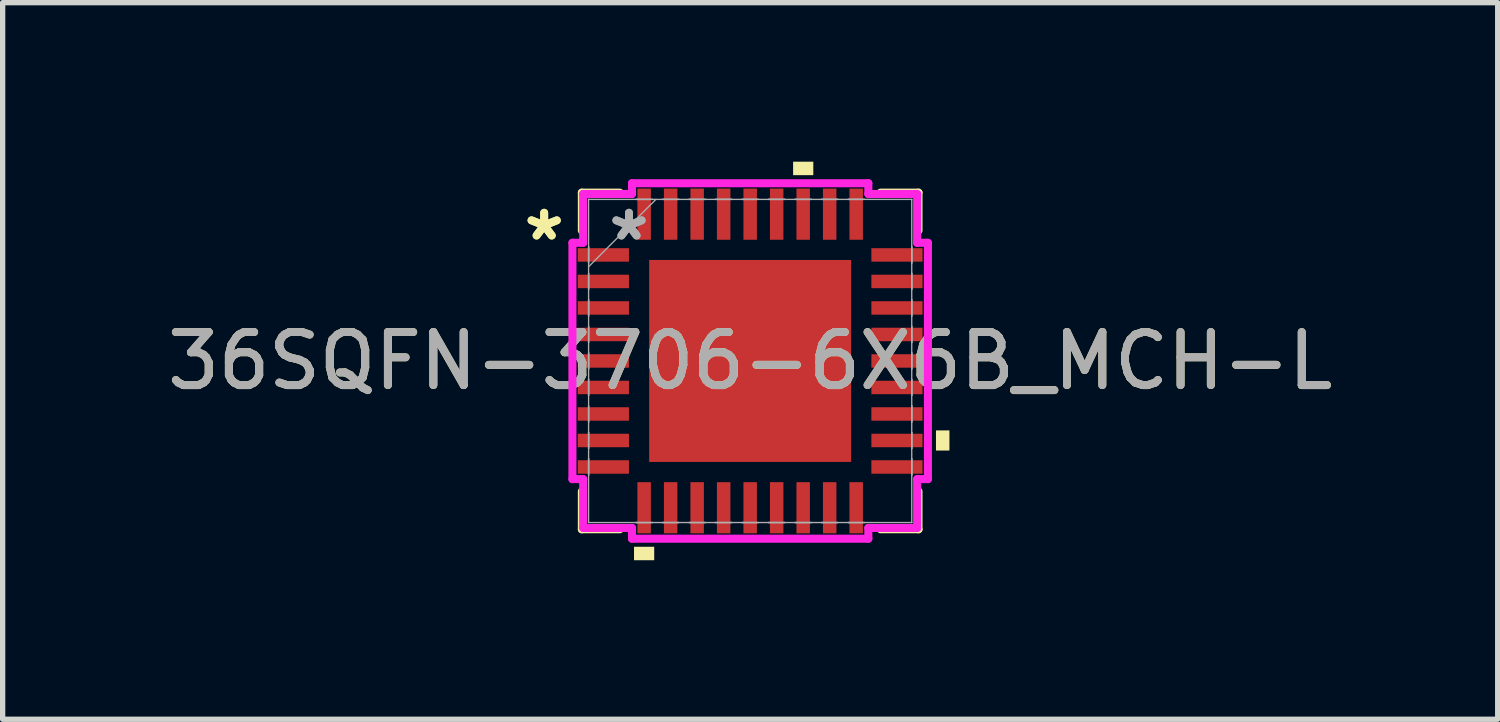
<source format=kicad_pcb>
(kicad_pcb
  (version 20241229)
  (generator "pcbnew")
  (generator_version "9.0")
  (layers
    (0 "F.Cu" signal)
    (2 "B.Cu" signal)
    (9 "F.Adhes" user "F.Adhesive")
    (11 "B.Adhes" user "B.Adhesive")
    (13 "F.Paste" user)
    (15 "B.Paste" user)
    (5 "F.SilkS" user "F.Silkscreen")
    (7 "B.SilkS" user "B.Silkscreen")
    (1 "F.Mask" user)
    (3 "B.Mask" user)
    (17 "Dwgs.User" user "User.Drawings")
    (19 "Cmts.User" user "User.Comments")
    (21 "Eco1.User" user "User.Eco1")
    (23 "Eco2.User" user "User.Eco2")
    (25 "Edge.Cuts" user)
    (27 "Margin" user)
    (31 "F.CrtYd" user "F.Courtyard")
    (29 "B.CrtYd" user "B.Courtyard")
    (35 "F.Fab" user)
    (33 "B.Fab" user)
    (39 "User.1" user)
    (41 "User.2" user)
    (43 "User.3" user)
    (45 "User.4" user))
  (footprint "36SQFN-3706-6X6B_MCH-L"
    (layer "F.Cu")
    (at 11.101 3.759)
    (property "Reference" "36SQFN-3706-6X6B_MCH-L" (at 0 0 0) (unlocked yes) (layer "F.SilkS") (effects (font (size 1 1) (thickness 0.15))))
    (attr smd)
    (fp_line (start -3.175 -3.175) (end -3.175 -2.46) (stroke (width 0.152) (type solid)) (layer "F.SilkS"))
    (fp_line (start -3.175 2.46) (end -3.175 3.175) (stroke (width 0.152) (type solid)) (layer "F.SilkS"))
    (fp_line (start -3.175 3.175) (end -2.46 3.175) (stroke (width 0.152) (type solid)) (layer "F.SilkS"))
    (fp_line (start -2.46 -3.175) (end -3.175 -3.175) (stroke (width 0.152) (type solid)) (layer "F.SilkS"))
    (fp_line (start 2.46 3.175) (end 3.175 3.175) (stroke (width 0.152) (type solid)) (layer "F.SilkS"))
    (fp_line (start 3.175 -3.175) (end 2.46 -3.175) (stroke (width 0.152) (type solid)) (layer "F.SilkS"))
    (fp_line (start 3.175 -2.46) (end 3.175 -3.175) (stroke (width 0.152) (type solid)) (layer "F.SilkS"))
    (fp_line (start 3.175 3.175) (end 3.175 2.46) (stroke (width 0.152) (type solid)) (layer "F.SilkS"))
    (fp_poly (pts (xy -2.191 3.505) (xy -2.191 3.759) (xy -1.81 3.759) (xy -1.81 3.505)) (stroke (width 0) (type solid)) (fill yes) (layer "F.SilkS"))
    (fp_poly (pts (xy 0.81 -3.505) (xy 0.81 -3.759) (xy 1.191 -3.759) (xy 1.191 -3.505)) (stroke (width 0) (type solid)) (fill yes) (layer "F.SilkS"))
    (fp_poly (pts (xy 3.759 1.31) (xy 3.759 1.69) (xy 3.505 1.69) (xy 3.505 1.31)) (stroke (width 0) (type solid)) (fill yes) (layer "F.SilkS"))
    (fp_poly (pts (xy -1.805 -1.805) (xy -1.805 -0.735) (xy -0.735 -0.735) (xy -0.735 -1.805)) (stroke (width 0) (type solid)) (fill yes) (layer "F.Paste"))
    (fp_poly (pts (xy -1.805 -0.535) (xy -1.805 0.535) (xy -0.735 0.535) (xy -0.735 -0.535)) (stroke (width 0) (type solid)) (fill yes) (layer "F.Paste"))
    (fp_poly (pts (xy -1.805 0.735) (xy -1.805 1.805) (xy -0.735 1.805) (xy -0.735 0.735)) (stroke (width 0) (type solid)) (fill yes) (layer "F.Paste"))
    (fp_poly (pts (xy -0.535 -1.805) (xy -0.535 -0.735) (xy 0.535 -0.735) (xy 0.535 -1.805)) (stroke (width 0) (type solid)) (fill yes) (layer "F.Paste"))
    (fp_poly (pts (xy -0.535 -0.535) (xy -0.535 0.535) (xy 0.535 0.535) (xy 0.535 -0.535)) (stroke (width 0) (type solid)) (fill yes) (layer "F.Paste"))
    (fp_poly (pts (xy -0.535 0.735) (xy -0.535 1.805) (xy 0.535 1.805) (xy 0.535 0.735)) (stroke (width 0) (type solid)) (fill yes) (layer "F.Paste"))
    (fp_poly (pts (xy 0.735 -1.805) (xy 0.735 -0.735) (xy 1.805 -0.735) (xy 1.805 -1.805)) (stroke (width 0) (type solid)) (fill yes) (layer "F.Paste"))
    (fp_poly (pts (xy 0.735 -0.535) (xy 0.735 0.535) (xy 1.805 0.535) (xy 1.805 -0.535)) (stroke (width 0) (type solid)) (fill yes) (layer "F.Paste"))
    (fp_poly (pts (xy 0.735 0.735) (xy 0.735 1.805) (xy 1.805 1.805) (xy 1.805 0.735)) (stroke (width 0) (type solid)) (fill yes) (layer "F.Paste"))
    (fp_line (start -3.353 -2.229) (end -3.15 -2.229) (stroke (width 0.152) (type solid)) (layer "F.CrtYd"))
    (fp_line (start -3.353 2.229) (end -3.353 -2.229) (stroke (width 0.152) (type solid)) (layer "F.CrtYd"))
    (fp_line (start -3.15 -3.15) (end -2.229 -3.15) (stroke (width 0.152) (type solid)) (layer "F.CrtYd"))
    (fp_line (start -3.15 -2.229) (end -3.15 -3.15) (stroke (width 0.152) (type solid)) (layer "F.CrtYd"))
    (fp_line (start -3.15 2.229) (end -3.353 2.229) (stroke (width 0.152) (type solid)) (layer "F.CrtYd"))
    (fp_line (start -3.15 3.15) (end -3.15 2.229) (stroke (width 0.152) (type solid)) (layer "F.CrtYd"))
    (fp_line (start -2.229 -3.353) (end 2.229 -3.353) (stroke (width 0.152) (type solid)) (layer "F.CrtYd"))
    (fp_line (start -2.229 -3.15) (end -2.229 -3.353) (stroke (width 0.152) (type solid)) (layer "F.CrtYd"))
    (fp_line (start -2.229 3.15) (end -3.15 3.15) (stroke (width 0.152) (type solid)) (layer "F.CrtYd"))
    (fp_line (start -2.229 3.353) (end -2.229 3.15) (stroke (width 0.152) (type solid)) (layer "F.CrtYd"))
    (fp_line (start 2.229 -3.353) (end 2.229 -3.15) (stroke (width 0.152) (type solid)) (layer "F.CrtYd"))
    (fp_line (start 2.229 -3.15) (end 3.15 -3.15) (stroke (width 0.152) (type solid)) (layer "F.CrtYd"))
    (fp_line (start 2.229 3.15) (end 2.229 3.353) (stroke (width 0.152) (type solid)) (layer "F.CrtYd"))
    (fp_line (start 2.229 3.353) (end -2.229 3.353) (stroke (width 0.152) (type solid)) (layer "F.CrtYd"))
    (fp_line (start 3.15 -3.15) (end 3.15 -2.229) (stroke (width 0.152) (type solid)) (layer "F.CrtYd"))
    (fp_line (start 3.15 -2.229) (end 3.353 -2.229) (stroke (width 0.152) (type solid)) (layer "F.CrtYd"))
    (fp_line (start 3.15 2.229) (end 3.15 3.15) (stroke (width 0.152) (type solid)) (layer "F.CrtYd"))
    (fp_line (start 3.15 3.15) (end 2.229 3.15) (stroke (width 0.152) (type solid)) (layer "F.CrtYd"))
    (fp_line (start 3.353 -2.229) (end 3.353 2.229) (stroke (width 0.152) (type solid)) (layer "F.CrtYd"))
    (fp_line (start 3.353 2.229) (end 3.15 2.229) (stroke (width 0.152) (type solid)) (layer "F.CrtYd"))
    (fp_line (start -3.048 -3.048) (end -3.048 -3.048) (stroke (width 0.025) (type solid)) (layer "F.Fab"))
    (fp_line (start -3.048 -3.048) (end -3.048 3.048) (stroke (width 0.025) (type solid)) (layer "F.Fab"))
    (fp_line (start -3.048 -2.152) (end -3.048 -2.152) (stroke (width 0.025) (type solid)) (layer "F.Fab"))
    (fp_line (start -3.048 -2.152) (end -3.048 -1.848) (stroke (width 0.025) (type solid)) (layer "F.Fab"))
    (fp_line (start -3.048 -1.848) (end -3.048 -2.152) (stroke (width 0.025) (type solid)) (layer "F.Fab"))
    (fp_line (start -3.048 -1.848) (end -3.048 -1.848) (stroke (width 0.025) (type solid)) (layer "F.Fab"))
    (fp_line (start -3.048 -1.778) (end -1.778 -3.048) (stroke (width 0.025) (type solid)) (layer "F.Fab"))
    (fp_line (start -3.048 -1.652) (end -3.048 -1.652) (stroke (width 0.025) (type solid)) (layer "F.Fab"))
    (fp_line (start -3.048 -1.652) (end -3.048 -1.348) (stroke (width 0.025) (type solid)) (layer "F.Fab"))
    (fp_line (start -3.048 -1.348) (end -3.048 -1.652) (stroke (width 0.025) (type solid)) (layer "F.Fab"))
    (fp_line (start -3.048 -1.348) (end -3.048 -1.348) (stroke (width 0.025) (type solid)) (layer "F.Fab"))
    (fp_line (start -3.048 -1.152) (end -3.048 -1.152) (stroke (width 0.025) (type solid)) (layer "F.Fab"))
    (fp_line (start -3.048 -1.152) (end -3.048 -0.848) (stroke (width 0.025) (type solid)) (layer "F.Fab"))
    (fp_line (start -3.048 -0.848) (end -3.048 -1.152) (stroke (width 0.025) (type solid)) (layer "F.Fab"))
    (fp_line (start -3.048 -0.848) (end -3.048 -0.848) (stroke (width 0.025) (type solid)) (layer "F.Fab"))
    (fp_line (start -3.048 -0.652) (end -3.048 -0.652) (stroke (width 0.025) (type solid)) (layer "F.Fab"))
    (fp_line (start -3.048 -0.652) (end -3.048 -0.348) (stroke (width 0.025) (type solid)) (layer "F.Fab"))
    (fp_line (start -3.048 -0.348) (end -3.048 -0.652) (stroke (width 0.025) (type solid)) (layer "F.Fab"))
    (fp_line (start -3.048 -0.348) (end -3.048 -0.348) (stroke (width 0.025) (type solid)) (layer "F.Fab"))
    (fp_line (start -3.048 -0.152) (end -3.048 -0.152) (stroke (width 0.025) (type solid)) (layer "F.Fab"))
    (fp_line (start -3.048 -0.152) (end -3.048 0.152) (stroke (width 0.025) (type solid)) (layer "F.Fab"))
    (fp_line (start -3.048 0.152) (end -3.048 -0.152) (stroke (width 0.025) (type solid)) (layer "F.Fab"))
    (fp_line (start -3.048 0.152) (end -3.048 0.152) (stroke (width 0.025) (type solid)) (layer "F.Fab"))
    (fp_line (start -3.048 0.348) (end -3.048 0.348) (stroke (width 0.025) (type solid)) (layer "F.Fab"))
    (fp_line (start -3.048 0.348) (end -3.048 0.652) (stroke (width 0.025) (type solid)) (layer "F.Fab"))
    (fp_line (start -3.048 0.652) (end -3.048 0.348) (stroke (width 0.025) (type solid)) (layer "F.Fab"))
    (fp_line (start -3.048 0.652) (end -3.048 0.652) (stroke (width 0.025) (type solid)) (layer "F.Fab"))
    (fp_line (start -3.048 0.848) (end -3.048 0.848) (stroke (width 0.025) (type solid)) (layer "F.Fab"))
    (fp_line (start -3.048 0.848) (end -3.048 1.152) (stroke (width 0.025) (type solid)) (layer "F.Fab"))
    (fp_line (start -3.048 1.152) (end -3.048 0.848) (stroke (width 0.025) (type solid)) (layer "F.Fab"))
    (fp_line (start -3.048 1.152) (end -3.048 1.152) (stroke (width 0.025) (type solid)) (layer "F.Fab"))
    (fp_line (start -3.048 1.348) (end -3.048 1.348) (stroke (width 0.025) (type solid)) (layer "F.Fab"))
    (fp_line (start -3.048 1.348) (end -3.048 1.652) (stroke (width 0.025) (type solid)) (layer "F.Fab"))
    (fp_line (start -3.048 1.652) (end -3.048 1.348) (stroke (width 0.025) (type solid)) (layer "F.Fab"))
    (fp_line (start -3.048 1.652) (end -3.048 1.652) (stroke (width 0.025) (type solid)) (layer "F.Fab"))
    (fp_line (start -3.048 1.848) (end -3.048 1.848) (stroke (width 0.025) (type solid)) (layer "F.Fab"))
    (fp_line (start -3.048 1.848) (end -3.048 2.152) (stroke (width 0.025) (type solid)) (layer "F.Fab"))
    (fp_line (start -3.048 2.152) (end -3.048 1.848) (stroke (width 0.025) (type solid)) (layer "F.Fab"))
    (fp_line (start -3.048 2.152) (end -3.048 2.152) (stroke (width 0.025) (type solid)) (layer "F.Fab"))
    (fp_line (start -3.048 3.048) (end -3.048 3.048) (stroke (width 0.025) (type solid)) (layer "F.Fab"))
    (fp_line (start -3.048 3.048) (end 3.048 3.048) (stroke (width 0.025) (type solid)) (layer "F.Fab"))
    (fp_line (start -2.152 -3.048) (end -2.152 -3.048) (stroke (width 0.025) (type solid)) (layer "F.Fab"))
    (fp_line (start -2.152 -3.048) (end -1.848 -3.048) (stroke (width 0.025) (type solid)) (layer "F.Fab"))
    (fp_line (start -2.152 3.048) (end -2.152 3.048) (stroke (width 0.025) (type solid)) (layer "F.Fab"))
    (fp_line (start -2.152 3.048) (end -1.848 3.048) (stroke (width 0.025) (type solid)) (layer "F.Fab"))
    (fp_line (start -1.848 -3.048) (end -2.152 -3.048) (stroke (width 0.025) (type solid)) (layer "F.Fab"))
    (fp_line (start -1.848 -3.048) (end -1.848 -3.048) (stroke (width 0.025) (type solid)) (layer "F.Fab"))
    (fp_line (start -1.848 3.048) (end -2.152 3.048) (stroke (width 0.025) (type solid)) (layer "F.Fab"))
    (fp_line (start -1.848 3.048) (end -1.848 3.048) (stroke (width 0.025) (type solid)) (layer "F.Fab"))
    (fp_line (start -1.652 -3.048) (end -1.652 -3.048) (stroke (width 0.025) (type solid)) (layer "F.Fab"))
    (fp_line (start -1.652 -3.048) (end -1.348 -3.048) (stroke (width 0.025) (type solid)) (layer "F.Fab"))
    (fp_line (start -1.652 3.048) (end -1.652 3.048) (stroke (width 0.025) (type solid)) (layer "F.Fab"))
    (fp_line (start -1.652 3.048) (end -1.348 3.048) (stroke (width 0.025) (type solid)) (layer "F.Fab"))
    (fp_line (start -1.348 -3.048) (end -1.652 -3.048) (stroke (width 0.025) (type solid)) (layer "F.Fab"))
    (fp_line (start -1.348 -3.048) (end -1.348 -3.048) (stroke (width 0.025) (type solid)) (layer "F.Fab"))
    (fp_line (start -1.348 3.048) (end -1.652 3.048) (stroke (width 0.025) (type solid)) (layer "F.Fab"))
    (fp_line (start -1.348 3.048) (end -1.348 3.048) (stroke (width 0.025) (type solid)) (layer "F.Fab"))
    (fp_line (start -1.152 -3.048) (end -1.152 -3.048) (stroke (width 0.025) (type solid)) (layer "F.Fab"))
    (fp_line (start -1.152 -3.048) (end -0.848 -3.048) (stroke (width 0.025) (type solid)) (layer "F.Fab"))
    (fp_line (start -1.152 3.048) (end -1.152 3.048) (stroke (width 0.025) (type solid)) (layer "F.Fab"))
    (fp_line (start -1.152 3.048) (end -0.848 3.048) (stroke (width 0.025) (type solid)) (layer "F.Fab"))
    (fp_line (start -0.848 -3.048) (end -1.152 -3.048) (stroke (width 0.025) (type solid)) (layer "F.Fab"))
    (fp_line (start -0.848 -3.048) (end -0.848 -3.048) (stroke (width 0.025) (type solid)) (layer "F.Fab"))
    (fp_line (start -0.848 3.048) (end -1.152 3.048) (stroke (width 0.025) (type solid)) (layer "F.Fab"))
    (fp_line (start -0.848 3.048) (end -0.848 3.048) (stroke (width 0.025) (type solid)) (layer "F.Fab"))
    (fp_line (start -0.652 -3.048) (end -0.652 -3.048) (stroke (width 0.025) (type solid)) (layer "F.Fab"))
    (fp_line (start -0.652 -3.048) (end -0.348 -3.048) (stroke (width 0.025) (type solid)) (layer "F.Fab"))
    (fp_line (start -0.652 3.048) (end -0.652 3.048) (stroke (width 0.025) (type solid)) (layer "F.Fab"))
    (fp_line (start -0.652 3.048) (end -0.348 3.048) (stroke (width 0.025) (type solid)) (layer "F.Fab"))
    (fp_line (start -0.348 -3.048) (end -0.652 -3.048) (stroke (width 0.025) (type solid)) (layer "F.Fab"))
    (fp_line (start -0.348 -3.048) (end -0.348 -3.048) (stroke (width 0.025) (type solid)) (layer "F.Fab"))
    (fp_line (start -0.348 3.048) (end -0.652 3.048) (stroke (width 0.025) (type solid)) (layer "F.Fab"))
    (fp_line (start -0.348 3.048) (end -0.348 3.048) (stroke (width 0.025) (type solid)) (layer "F.Fab"))
    (fp_line (start -0.152 -3.048) (end -0.152 -3.048) (stroke (width 0.025) (type solid)) (layer "F.Fab"))
    (fp_line (start -0.152 -3.048) (end 0.152 -3.048) (stroke (width 0.025) (type solid)) (layer "F.Fab"))
    (fp_line (start -0.152 3.048) (end -0.152 3.048) (stroke (width 0.025) (type solid)) (layer "F.Fab"))
    (fp_line (start -0.152 3.048) (end 0.152 3.048) (stroke (width 0.025) (type solid)) (layer "F.Fab"))
    (fp_line (start 0.152 -3.048) (end -0.152 -3.048) (stroke (width 0.025) (type solid)) (layer "F.Fab"))
    (fp_line (start 0.152 -3.048) (end 0.152 -3.048) (stroke (width 0.025) (type solid)) (layer "F.Fab"))
    (fp_line (start 0.152 3.048) (end -0.152 3.048) (stroke (width 0.025) (type solid)) (layer "F.Fab"))
    (fp_line (start 0.152 3.048) (end 0.152 3.048) (stroke (width 0.025) (type solid)) (layer "F.Fab"))
    (fp_line (start 0.348 -3.048) (end 0.348 -3.048) (stroke (width 0.025) (type solid)) (layer "F.Fab"))
    (fp_line (start 0.348 -3.048) (end 0.652 -3.048) (stroke (width 0.025) (type solid)) (layer "F.Fab"))
    (fp_line (start 0.348 3.048) (end 0.348 3.048) (stroke (width 0.025) (type solid)) (layer "F.Fab"))
    (fp_line (start 0.348 3.048) (end 0.652 3.048) (stroke (width 0.025) (type solid)) (layer "F.Fab"))
    (fp_line (start 0.652 -3.048) (end 0.348 -3.048) (stroke (width 0.025) (type solid)) (layer "F.Fab"))
    (fp_line (start 0.652 -3.048) (end 0.652 -3.048) (stroke (width 0.025) (type solid)) (layer "F.Fab"))
    (fp_line (start 0.652 3.048) (end 0.348 3.048) (stroke (width 0.025) (type solid)) (layer "F.Fab"))
    (fp_line (start 0.652 3.048) (end 0.652 3.048) (stroke (width 0.025) (type solid)) (layer "F.Fab"))
    (fp_line (start 0.848 -3.048) (end 0.848 -3.048) (stroke (width 0.025) (type solid)) (layer "F.Fab"))
    (fp_line (start 0.848 -3.048) (end 1.152 -3.048) (stroke (width 0.025) (type solid)) (layer "F.Fab"))
    (fp_line (start 0.848 3.048) (end 0.848 3.048) (stroke (width 0.025) (type solid)) (layer "F.Fab"))
    (fp_line (start 0.848 3.048) (end 1.152 3.048) (stroke (width 0.025) (type solid)) (layer "F.Fab"))
    (fp_line (start 1.152 -3.048) (end 0.848 -3.048) (stroke (width 0.025) (type solid)) (layer "F.Fab"))
    (fp_line (start 1.152 -3.048) (end 1.152 -3.048) (stroke (width 0.025) (type solid)) (layer "F.Fab"))
    (fp_line (start 1.152 3.048) (end 0.848 3.048) (stroke (width 0.025) (type solid)) (layer "F.Fab"))
    (fp_line (start 1.152 3.048) (end 1.152 3.048) (stroke (width 0.025) (type solid)) (layer "F.Fab"))
    (fp_line (start 1.348 -3.048) (end 1.348 -3.048) (stroke (width 0.025) (type solid)) (layer "F.Fab"))
    (fp_line (start 1.348 -3.048) (end 1.652 -3.048) (stroke (width 0.025) (type solid)) (layer "F.Fab"))
    (fp_line (start 1.348 3.048) (end 1.348 3.048) (stroke (width 0.025) (type solid)) (layer "F.Fab"))
    (fp_line (start 1.348 3.048) (end 1.652 3.048) (stroke (width 0.025) (type solid)) (layer "F.Fab"))
    (fp_line (start 1.652 -3.048) (end 1.348 -3.048) (stroke (width 0.025) (type solid)) (layer "F.Fab"))
    (fp_line (start 1.652 -3.048) (end 1.652 -3.048) (stroke (width 0.025) (type solid)) (layer "F.Fab"))
    (fp_line (start 1.652 3.048) (end 1.348 3.048) (stroke (width 0.025) (type solid)) (layer "F.Fab"))
    (fp_line (start 1.652 3.048) (end 1.652 3.048) (stroke (width 0.025) (type solid)) (layer "F.Fab"))
    (fp_line (start 1.848 -3.048) (end 1.848 -3.048) (stroke (width 0.025) (type solid)) (layer "F.Fab"))
    (fp_line (start 1.848 -3.048) (end 2.152 -3.048) (stroke (width 0.025) (type solid)) (layer "F.Fab"))
    (fp_line (start 1.848 3.048) (end 1.848 3.048) (stroke (width 0.025) (type solid)) (layer "F.Fab"))
    (fp_line (start 1.848 3.048) (end 2.152 3.048) (stroke (width 0.025) (type solid)) (layer "F.Fab"))
    (fp_line (start 2.152 -3.048) (end 1.848 -3.048) (stroke (width 0.025) (type solid)) (layer "F.Fab"))
    (fp_line (start 2.152 -3.048) (end 2.152 -3.048) (stroke (width 0.025) (type solid)) (layer "F.Fab"))
    (fp_line (start 2.152 3.048) (end 1.848 3.048) (stroke (width 0.025) (type solid)) (layer "F.Fab"))
    (fp_line (start 2.152 3.048) (end 2.152 3.048) (stroke (width 0.025) (type solid)) (layer "F.Fab"))
    (fp_line (start 3.048 -3.048) (end -3.048 -3.048) (stroke (width 0.025) (type solid)) (layer "F.Fab"))
    (fp_line (start 3.048 -3.048) (end 3.048 -3.048) (stroke (width 0.025) (type solid)) (layer "F.Fab"))
    (fp_line (start 3.048 -2.152) (end 3.048 -2.152) (stroke (width 0.025) (type solid)) (layer "F.Fab"))
    (fp_line (start 3.048 -2.152) (end 3.048 -1.848) (stroke (width 0.025) (type solid)) (layer "F.Fab"))
    (fp_line (start 3.048 -1.848) (end 3.048 -2.152) (stroke (width 0.025) (type solid)) (layer "F.Fab"))
    (fp_line (start 3.048 -1.848) (end 3.048 -1.848) (stroke (width 0.025) (type solid)) (layer "F.Fab"))
    (fp_line (start 3.048 -1.652) (end 3.048 -1.652) (stroke (width 0.025) (type solid)) (layer "F.Fab"))
    (fp_line (start 3.048 -1.652) (end 3.048 -1.348) (stroke (width 0.025) (type solid)) (layer "F.Fab"))
    (fp_line (start 3.048 -1.348) (end 3.048 -1.652) (stroke (width 0.025) (type solid)) (layer "F.Fab"))
    (fp_line (start 3.048 -1.348) (end 3.048 -1.348) (stroke (width 0.025) (type solid)) (layer "F.Fab"))
    (fp_line (start 3.048 -1.152) (end 3.048 -1.152) (stroke (width 0.025) (type solid)) (layer "F.Fab"))
    (fp_line (start 3.048 -1.152) (end 3.048 -0.848) (stroke (width 0.025) (type solid)) (layer "F.Fab"))
    (fp_line (start 3.048 -0.848) (end 3.048 -1.152) (stroke (width 0.025) (type solid)) (layer "F.Fab"))
    (fp_line (start 3.048 -0.848) (end 3.048 -0.848) (stroke (width 0.025) (type solid)) (layer "F.Fab"))
    (fp_line (start 3.048 -0.652) (end 3.048 -0.652) (stroke (width 0.025) (type solid)) (layer "F.Fab"))
    (fp_line (start 3.048 -0.652) (end 3.048 -0.348) (stroke (width 0.025) (type solid)) (layer "F.Fab"))
    (fp_line (start 3.048 -0.348) (end 3.048 -0.652) (stroke (width 0.025) (type solid)) (layer "F.Fab"))
    (fp_line (start 3.048 -0.348) (end 3.048 -0.348) (stroke (width 0.025) (type solid)) (layer "F.Fab"))
    (fp_line (start 3.048 -0.152) (end 3.048 -0.152) (stroke (width 0.025) (type solid)) (layer "F.Fab"))
    (fp_line (start 3.048 -0.152) (end 3.048 0.152) (stroke (width 0.025) (type solid)) (layer "F.Fab"))
    (fp_line (start 3.048 0.152) (end 3.048 -0.152) (stroke (width 0.025) (type solid)) (layer "F.Fab"))
    (fp_line (start 3.048 0.152) (end 3.048 0.152) (stroke (width 0.025) (type solid)) (layer "F.Fab"))
    (fp_line (start 3.048 0.348) (end 3.048 0.348) (stroke (width 0.025) (type solid)) (layer "F.Fab"))
    (fp_line (start 3.048 0.348) (end 3.048 0.652) (stroke (width 0.025) (type solid)) (layer "F.Fab"))
    (fp_line (start 3.048 0.652) (end 3.048 0.348) (stroke (width 0.025) (type solid)) (layer "F.Fab"))
    (fp_line (start 3.048 0.652) (end 3.048 0.652) (stroke (width 0.025) (type solid)) (layer "F.Fab"))
    (fp_line (start 3.048 0.848) (end 3.048 0.848) (stroke (width 0.025) (type solid)) (layer "F.Fab"))
    (fp_line (start 3.048 0.848) (end 3.048 1.152) (stroke (width 0.025) (type solid)) (layer "F.Fab"))
    (fp_line (start 3.048 1.152) (end 3.048 0.848) (stroke (width 0.025) (type solid)) (layer "F.Fab"))
    (fp_line (start 3.048 1.152) (end 3.048 1.152) (stroke (width 0.025) (type solid)) (layer "F.Fab"))
    (fp_line (start 3.048 1.348) (end 3.048 1.348) (stroke (width 0.025) (type solid)) (layer "F.Fab"))
    (fp_line (start 3.048 1.348) (end 3.048 1.652) (stroke (width 0.025) (type solid)) (layer "F.Fab"))
    (fp_line (start 3.048 1.652) (end 3.048 1.348) (stroke (width 0.025) (type solid)) (layer "F.Fab"))
    (fp_line (start 3.048 1.652) (end 3.048 1.652) (stroke (width 0.025) (type solid)) (layer "F.Fab"))
    (fp_line (start 3.048 1.848) (end 3.048 1.848) (stroke (width 0.025) (type solid)) (layer "F.Fab"))
    (fp_line (start 3.048 1.848) (end 3.048 2.152) (stroke (width 0.025) (type solid)) (layer "F.Fab"))
    (fp_line (start 3.048 2.152) (end 3.048 1.848) (stroke (width 0.025) (type solid)) (layer "F.Fab"))
    (fp_line (start 3.048 2.152) (end 3.048 2.152) (stroke (width 0.025) (type solid)) (layer "F.Fab"))
    (fp_line (start 3.048 3.048) (end 3.048 -3.048) (stroke (width 0.025) (type solid)) (layer "F.Fab"))
    (fp_line (start 3.048 3.048) (end 3.048 3.048) (stroke (width 0.025) (type solid)) (layer "F.Fab"))
    (fp_text user "*" (at -3.886 -2.25 0) (unlocked yes) (layer "F.SilkS") (effects (font (size 1 1) (thickness 0.15))))
    (fp_text user "*" (at -3.886 -2.25 0) (layer "F.SilkS") (effects (font (size 1 1) (thickness 0.15))))
    (fp_text user "*" (at -2.286 -2.25 0) (layer "F.Fab") (effects (font (size 1 1) (thickness 0.15))))
    (fp_text user "${REFERENCE}" (at 0 0 0) (unlocked yes) (layer "F.Fab") (effects (font (size 1 1) (thickness 0.15))))
    (fp_text user "*" (at -2.286 -2.25 0) (unlocked yes) (layer "F.Fab") (effects (font (size 1 1) (thickness 0.15))))
    (pad "1" smd rect (at -2.769 -2 90) (size 0.254 0.965) (layers "F.Cu" "F.Mask" "F.Paste"))
    (pad "2" smd rect (at -2.769 -1.5 90) (size 0.254 0.965) (layers "F.Cu" "F.Mask" "F.Paste"))
    (pad "3" smd rect (at -2.769 -1 90) (size 0.254 0.965) (layers "F.Cu" "F.Mask" "F.Paste"))
    (pad "4" smd rect (at -2.769 -0.5 90) (size 0.254 0.965) (layers "F.Cu" "F.Mask" "F.Paste"))
    (pad "5" smd rect (at -2.769 0 90) (size 0.254 0.965) (layers "F.Cu" "F.Mask" "F.Paste"))
    (pad "6" smd rect (at -2.769 0.5 90) (size 0.254 0.965) (layers "F.Cu" "F.Mask" "F.Paste"))
    (pad "7" smd rect (at -2.769 1 90) (size 0.254 0.965) (layers "F.Cu" "F.Mask" "F.Paste"))
    (pad "8" smd rect (at -2.769 1.5 90) (size 0.254 0.965) (layers "F.Cu" "F.Mask" "F.Paste"))
    (pad "9" smd rect (at -2.769 2 90) (size 0.254 0.965) (layers "F.Cu" "F.Mask" "F.Paste"))
    (pad "10" smd rect (at -2 2.769) (size 0.254 0.965) (layers "F.Cu" "F.Mask" "F.Paste"))
    (pad "11" smd rect (at -1.5 2.769) (size 0.254 0.965) (layers "F.Cu" "F.Mask" "F.Paste"))
    (pad "12" smd rect (at -1 2.769) (size 0.254 0.965) (layers "F.Cu" "F.Mask" "F.Paste"))
    (pad "13" smd rect (at -0.5 2.769) (size 0.254 0.965) (layers "F.Cu" "F.Mask" "F.Paste"))
    (pad "14" smd rect (at 0 2.769) (size 0.254 0.965) (layers "F.Cu" "F.Mask" "F.Paste"))
    (pad "15" smd rect (at 0.5 2.769) (size 0.254 0.965) (layers "F.Cu" "F.Mask" "F.Paste"))
    (pad "16" smd rect (at 1 2.769) (size 0.254 0.965) (layers "F.Cu" "F.Mask" "F.Paste"))
    (pad "17" smd rect (at 1.5 2.769) (size 0.254 0.965) (layers "F.Cu" "F.Mask" "F.Paste"))
    (pad "18" smd rect (at 2 2.769) (size 0.254 0.965) (layers "F.Cu" "F.Mask" "F.Paste"))
    (pad "19" smd rect (at 2.769 2 90) (size 0.254 0.965) (layers "F.Cu" "F.Mask" "F.Paste"))
    (pad "20" smd rect (at 2.769 1.5 90) (size 0.254 0.965) (layers "F.Cu" "F.Mask" "F.Paste"))
    (pad "21" smd rect (at 2.769 1 90) (size 0.254 0.965) (layers "F.Cu" "F.Mask" "F.Paste"))
    (pad "22" smd rect (at 2.769 0.5 90) (size 0.254 0.965) (layers "F.Cu" "F.Mask" "F.Paste"))
    (pad "23" smd rect (at 2.769 0 90) (size 0.254 0.965) (layers "F.Cu" "F.Mask" "F.Paste"))
    (pad "24" smd rect (at 2.769 -0.5 90) (size 0.254 0.965) (layers "F.Cu" "F.Mask" "F.Paste"))
    (pad "25" smd rect (at 2.769 -1 90) (size 0.254 0.965) (layers "F.Cu" "F.Mask" "F.Paste"))
    (pad "26" smd rect (at 2.769 -1.5 90) (size 0.254 0.965) (layers "F.Cu" "F.Mask" "F.Paste"))
    (pad "27" smd rect (at 2.769 -2 90) (size 0.254 0.965) (layers "F.Cu" "F.Mask" "F.Paste"))
    (pad "28" smd rect (at 2 -2.769) (size 0.254 0.965) (layers "F.Cu" "F.Mask" "F.Paste"))
    (pad "29" smd rect (at 1.5 -2.769) (size 0.254 0.965) (layers "F.Cu" "F.Mask" "F.Paste"))
    (pad "30" smd rect (at 1 -2.769) (size 0.254 0.965) (layers "F.Cu" "F.Mask" "F.Paste"))
    (pad "31" smd rect (at 0.5 -2.769) (size 0.254 0.965) (layers "F.Cu" "F.Mask" "F.Paste"))
    (pad "32" smd rect (at 0 -2.769) (size 0.254 0.965) (layers "F.Cu" "F.Mask" "F.Paste"))
    (pad "33" smd rect (at -0.5 -2.769) (size 0.254 0.965) (layers "F.Cu" "F.Mask" "F.Paste"))
    (pad "34" smd rect (at -1 -2.769) (size 0.254 0.965) (layers "F.Cu" "F.Mask" "F.Paste"))
    (pad "35" smd rect (at -1.5 -2.769) (size 0.254 0.965) (layers "F.Cu" "F.Mask" "F.Paste"))
    (pad "36" smd rect (at -2 -2.769) (size 0.254 0.965) (layers "F.Cu" "F.Mask" "F.Paste"))
    (pad "37" smd rect (at 0 0) (size 3.81 3.81) (layers "F.Cu" "F.Mask" "F.Paste")))
  (gr_rect
    (start -3 -3)
    (end 25.202 10.518)
    (stroke (width 0.1) (type default))
    (fill no)
    (layer "Edge.Cuts")))
</source>
